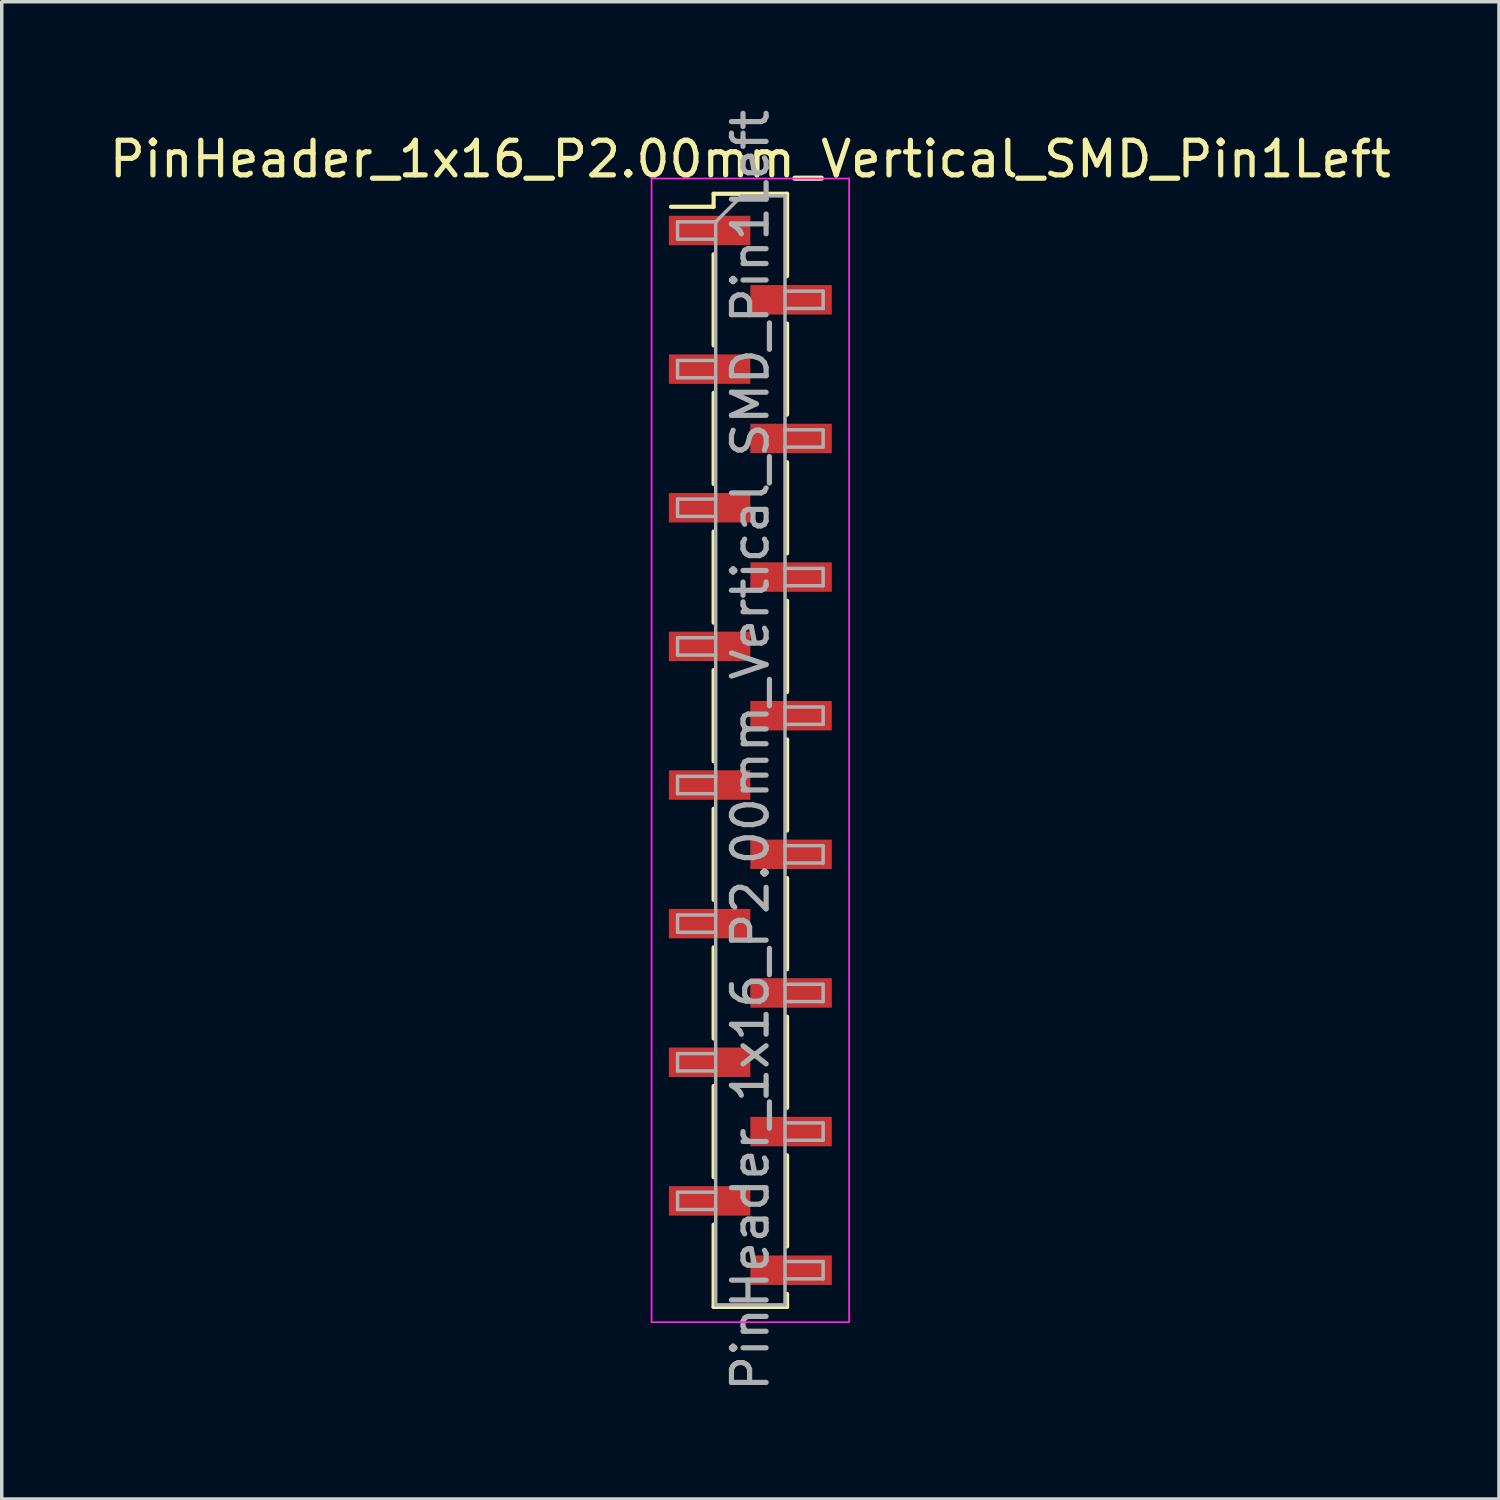
<source format=kicad_pcb>
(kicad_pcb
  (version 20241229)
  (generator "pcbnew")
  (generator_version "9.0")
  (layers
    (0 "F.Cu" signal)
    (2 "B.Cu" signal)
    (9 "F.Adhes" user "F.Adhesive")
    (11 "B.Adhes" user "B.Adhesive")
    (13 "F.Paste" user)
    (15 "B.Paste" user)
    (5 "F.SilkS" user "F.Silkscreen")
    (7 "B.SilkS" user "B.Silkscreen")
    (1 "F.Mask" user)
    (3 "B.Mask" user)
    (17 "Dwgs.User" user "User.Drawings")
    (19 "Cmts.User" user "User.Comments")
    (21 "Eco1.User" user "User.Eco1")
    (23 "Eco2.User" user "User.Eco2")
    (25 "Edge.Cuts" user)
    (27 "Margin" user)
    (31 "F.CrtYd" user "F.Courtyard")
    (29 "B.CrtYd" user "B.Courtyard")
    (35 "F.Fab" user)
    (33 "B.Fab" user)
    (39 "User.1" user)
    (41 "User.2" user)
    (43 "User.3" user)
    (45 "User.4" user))
  (footprint "PinHeader_1x16_P2.00mm_Vertical_SMD_Pin1Left"
    (layer "F.Cu")
    (at 18.601 18.601)
    (property "Reference" "PinHeader_1x16_P2.00mm_Vertical_SMD_Pin1Left" (at 0 -17.06 0) (layer "F.SilkS") (effects (font (size 1 1) (thickness 0.15))))
    (attr smd)
    (fp_line (start -1.06 -16.06) (end -1.06 -15.685) (stroke (width 0.12) (type solid)) (layer "F.SilkS"))
    (fp_line (start -1.06 -16.06) (end 1.06 -16.06) (stroke (width 0.12) (type solid)) (layer "F.SilkS"))
    (fp_line (start -1.06 -15.685) (end -2.29 -15.685) (stroke (width 0.12) (type solid)) (layer "F.SilkS"))
    (fp_line (start -1.06 -14.315) (end -1.06 -11.685) (stroke (width 0.12) (type solid)) (layer "F.SilkS"))
    (fp_line (start -1.06 -10.315) (end -1.06 -7.685) (stroke (width 0.12) (type solid)) (layer "F.SilkS"))
    (fp_line (start -1.06 -6.315) (end -1.06 -3.685) (stroke (width 0.12) (type solid)) (layer "F.SilkS"))
    (fp_line (start -1.06 -2.315) (end -1.06 0.315) (stroke (width 0.12) (type solid)) (layer "F.SilkS"))
    (fp_line (start -1.06 1.685) (end -1.06 4.315) (stroke (width 0.12) (type solid)) (layer "F.SilkS"))
    (fp_line (start -1.06 5.685) (end -1.06 8.315) (stroke (width 0.12) (type solid)) (layer "F.SilkS"))
    (fp_line (start -1.06 9.685) (end -1.06 12.315) (stroke (width 0.12) (type solid)) (layer "F.SilkS"))
    (fp_line (start -1.06 13.685) (end -1.06 16.06) (stroke (width 0.12) (type solid)) (layer "F.SilkS"))
    (fp_line (start -1.06 16.06) (end 1.06 16.06) (stroke (width 0.12) (type solid)) (layer "F.SilkS"))
    (fp_line (start 1.06 -16.06) (end 1.06 -13.685) (stroke (width 0.12) (type solid)) (layer "F.SilkS"))
    (fp_line (start 1.06 -12.315) (end 1.06 -9.685) (stroke (width 0.12) (type solid)) (layer "F.SilkS"))
    (fp_line (start 1.06 -8.315) (end 1.06 -5.685) (stroke (width 0.12) (type solid)) (layer "F.SilkS"))
    (fp_line (start 1.06 -4.315) (end 1.06 -1.685) (stroke (width 0.12) (type solid)) (layer "F.SilkS"))
    (fp_line (start 1.06 -0.315) (end 1.06 2.315) (stroke (width 0.12) (type solid)) (layer "F.SilkS"))
    (fp_line (start 1.06 3.685) (end 1.06 6.315) (stroke (width 0.12) (type solid)) (layer "F.SilkS"))
    (fp_line (start 1.06 7.685) (end 1.06 10.315) (stroke (width 0.12) (type solid)) (layer "F.SilkS"))
    (fp_line (start 1.06 11.685) (end 1.06 14.315) (stroke (width 0.12) (type solid)) (layer "F.SilkS"))
    (fp_line (start 1.06 15.685) (end 1.06 16.06) (stroke (width 0.12) (type solid)) (layer "F.SilkS"))
    (fp_line (start -2.85 -16.5) (end -2.85 16.5) (stroke (width 0.05) (type solid)) (layer "F.CrtYd"))
    (fp_line (start -2.85 16.5) (end 2.85 16.5) (stroke (width 0.05) (type solid)) (layer "F.CrtYd"))
    (fp_line (start 2.85 -16.5) (end -2.85 -16.5) (stroke (width 0.05) (type solid)) (layer "F.CrtYd"))
    (fp_line (start 2.85 16.5) (end 2.85 -16.5) (stroke (width 0.05) (type solid)) (layer "F.CrtYd"))
    (fp_line (start -2.1 -15.25) (end -2.1 -14.75) (stroke (width 0.1) (type solid)) (layer "F.Fab"))
    (fp_line (start -2.1 -14.75) (end -1 -14.75) (stroke (width 0.1) (type solid)) (layer "F.Fab"))
    (fp_line (start -2.1 -11.25) (end -2.1 -10.75) (stroke (width 0.1) (type solid)) (layer "F.Fab"))
    (fp_line (start -2.1 -10.75) (end -1 -10.75) (stroke (width 0.1) (type solid)) (layer "F.Fab"))
    (fp_line (start -2.1 -7.25) (end -2.1 -6.75) (stroke (width 0.1) (type solid)) (layer "F.Fab"))
    (fp_line (start -2.1 -6.75) (end -1 -6.75) (stroke (width 0.1) (type solid)) (layer "F.Fab"))
    (fp_line (start -2.1 -3.25) (end -2.1 -2.75) (stroke (width 0.1) (type solid)) (layer "F.Fab"))
    (fp_line (start -2.1 -2.75) (end -1 -2.75) (stroke (width 0.1) (type solid)) (layer "F.Fab"))
    (fp_line (start -2.1 0.75) (end -2.1 1.25) (stroke (width 0.1) (type solid)) (layer "F.Fab"))
    (fp_line (start -2.1 1.25) (end -1 1.25) (stroke (width 0.1) (type solid)) (layer "F.Fab"))
    (fp_line (start -2.1 4.75) (end -2.1 5.25) (stroke (width 0.1) (type solid)) (layer "F.Fab"))
    (fp_line (start -2.1 5.25) (end -1 5.25) (stroke (width 0.1) (type solid)) (layer "F.Fab"))
    (fp_line (start -2.1 8.75) (end -2.1 9.25) (stroke (width 0.1) (type solid)) (layer "F.Fab"))
    (fp_line (start -2.1 9.25) (end -1 9.25) (stroke (width 0.1) (type solid)) (layer "F.Fab"))
    (fp_line (start -2.1 12.75) (end -2.1 13.25) (stroke (width 0.1) (type solid)) (layer "F.Fab"))
    (fp_line (start -2.1 13.25) (end -1 13.25) (stroke (width 0.1) (type solid)) (layer "F.Fab"))
    (fp_line (start -1 -15.25) (end -2.1 -15.25) (stroke (width 0.1) (type solid)) (layer "F.Fab"))
    (fp_line (start -1 -15.25) (end -0.25 -16) (stroke (width 0.1) (type solid)) (layer "F.Fab"))
    (fp_line (start -1 -11.25) (end -2.1 -11.25) (stroke (width 0.1) (type solid)) (layer "F.Fab"))
    (fp_line (start -1 -7.25) (end -2.1 -7.25) (stroke (width 0.1) (type solid)) (layer "F.Fab"))
    (fp_line (start -1 -3.25) (end -2.1 -3.25) (stroke (width 0.1) (type solid)) (layer "F.Fab"))
    (fp_line (start -1 0.75) (end -2.1 0.75) (stroke (width 0.1) (type solid)) (layer "F.Fab"))
    (fp_line (start -1 4.75) (end -2.1 4.75) (stroke (width 0.1) (type solid)) (layer "F.Fab"))
    (fp_line (start -1 8.75) (end -2.1 8.75) (stroke (width 0.1) (type solid)) (layer "F.Fab"))
    (fp_line (start -1 12.75) (end -2.1 12.75) (stroke (width 0.1) (type solid)) (layer "F.Fab"))
    (fp_line (start -1 16) (end -1 -15.25) (stroke (width 0.1) (type solid)) (layer "F.Fab"))
    (fp_line (start -0.25 -16) (end 1 -16) (stroke (width 0.1) (type solid)) (layer "F.Fab"))
    (fp_line (start 1 -16) (end 1 16) (stroke (width 0.1) (type solid)) (layer "F.Fab"))
    (fp_line (start 1 -13.25) (end 2.1 -13.25) (stroke (width 0.1) (type solid)) (layer "F.Fab"))
    (fp_line (start 1 -9.25) (end 2.1 -9.25) (stroke (width 0.1) (type solid)) (layer "F.Fab"))
    (fp_line (start 1 -5.25) (end 2.1 -5.25) (stroke (width 0.1) (type solid)) (layer "F.Fab"))
    (fp_line (start 1 -1.25) (end 2.1 -1.25) (stroke (width 0.1) (type solid)) (layer "F.Fab"))
    (fp_line (start 1 2.75) (end 2.1 2.75) (stroke (width 0.1) (type solid)) (layer "F.Fab"))
    (fp_line (start 1 6.75) (end 2.1 6.75) (stroke (width 0.1) (type solid)) (layer "F.Fab"))
    (fp_line (start 1 10.75) (end 2.1 10.75) (stroke (width 0.1) (type solid)) (layer "F.Fab"))
    (fp_line (start 1 14.75) (end 2.1 14.75) (stroke (width 0.1) (type solid)) (layer "F.Fab"))
    (fp_line (start 1 16) (end -1 16) (stroke (width 0.1) (type solid)) (layer "F.Fab"))
    (fp_line (start 2.1 -13.25) (end 2.1 -12.75) (stroke (width 0.1) (type solid)) (layer "F.Fab"))
    (fp_line (start 2.1 -12.75) (end 1 -12.75) (stroke (width 0.1) (type solid)) (layer "F.Fab"))
    (fp_line (start 2.1 -9.25) (end 2.1 -8.75) (stroke (width 0.1) (type solid)) (layer "F.Fab"))
    (fp_line (start 2.1 -8.75) (end 1 -8.75) (stroke (width 0.1) (type solid)) (layer "F.Fab"))
    (fp_line (start 2.1 -5.25) (end 2.1 -4.75) (stroke (width 0.1) (type solid)) (layer "F.Fab"))
    (fp_line (start 2.1 -4.75) (end 1 -4.75) (stroke (width 0.1) (type solid)) (layer "F.Fab"))
    (fp_line (start 2.1 -1.25) (end 2.1 -0.75) (stroke (width 0.1) (type solid)) (layer "F.Fab"))
    (fp_line (start 2.1 -0.75) (end 1 -0.75) (stroke (width 0.1) (type solid)) (layer "F.Fab"))
    (fp_line (start 2.1 2.75) (end 2.1 3.25) (stroke (width 0.1) (type solid)) (layer "F.Fab"))
    (fp_line (start 2.1 3.25) (end 1 3.25) (stroke (width 0.1) (type solid)) (layer "F.Fab"))
    (fp_line (start 2.1 6.75) (end 2.1 7.25) (stroke (width 0.1) (type solid)) (layer "F.Fab"))
    (fp_line (start 2.1 7.25) (end 1 7.25) (stroke (width 0.1) (type solid)) (layer "F.Fab"))
    (fp_line (start 2.1 10.75) (end 2.1 11.25) (stroke (width 0.1) (type solid)) (layer "F.Fab"))
    (fp_line (start 2.1 11.25) (end 1 11.25) (stroke (width 0.1) (type solid)) (layer "F.Fab"))
    (fp_line (start 2.1 14.75) (end 2.1 15.25) (stroke (width 0.1) (type solid)) (layer "F.Fab"))
    (fp_line (start 2.1 15.25) (end 1 15.25) (stroke (width 0.1) (type solid)) (layer "F.Fab"))
    (fp_text user "${REFERENCE}" (at 0 0 90) (layer "F.Fab") (effects (font (size 1 1) (thickness 0.15))))
    (pad "1" smd rect (at -1.175 -15) (size 2.35 0.85) (layers "F.Cu" "F.Mask" "F.Paste"))
    (pad "2" smd rect (at 1.175 -13) (size 2.35 0.85) (layers "F.Cu" "F.Mask" "F.Paste"))
    (pad "3" smd rect (at -1.175 -11) (size 2.35 0.85) (layers "F.Cu" "F.Mask" "F.Paste"))
    (pad "4" smd rect (at 1.175 -9) (size 2.35 0.85) (layers "F.Cu" "F.Mask" "F.Paste"))
    (pad "5" smd rect (at -1.175 -7) (size 2.35 0.85) (layers "F.Cu" "F.Mask" "F.Paste"))
    (pad "6" smd rect (at 1.175 -5) (size 2.35 0.85) (layers "F.Cu" "F.Mask" "F.Paste"))
    (pad "7" smd rect (at -1.175 -3) (size 2.35 0.85) (layers "F.Cu" "F.Mask" "F.Paste"))
    (pad "8" smd rect (at 1.175 -1) (size 2.35 0.85) (layers "F.Cu" "F.Mask" "F.Paste"))
    (pad "9" smd rect (at -1.175 1) (size 2.35 0.85) (layers "F.Cu" "F.Mask" "F.Paste"))
    (pad "10" smd rect (at 1.175 3) (size 2.35 0.85) (layers "F.Cu" "F.Mask" "F.Paste"))
    (pad "11" smd rect (at -1.175 5) (size 2.35 0.85) (layers "F.Cu" "F.Mask" "F.Paste"))
    (pad "12" smd rect (at 1.175 7) (size 2.35 0.85) (layers "F.Cu" "F.Mask" "F.Paste"))
    (pad "13" smd rect (at -1.175 9) (size 2.35 0.85) (layers "F.Cu" "F.Mask" "F.Paste"))
    (pad "14" smd rect (at 1.175 11) (size 2.35 0.85) (layers "F.Cu" "F.Mask" "F.Paste"))
    (pad "15" smd rect (at -1.175 13) (size 2.35 0.85) (layers "F.Cu" "F.Mask" "F.Paste"))
    (pad "16" smd rect (at 1.175 15) (size 2.35 0.85) (layers "F.Cu" "F.Mask" "F.Paste")))
  (gr_rect
    (start -3 -3)
    (end 40.202 40.202)
    (stroke (width 0.1) (type default))
    (fill no)
    (layer "Edge.Cuts")))
</source>
